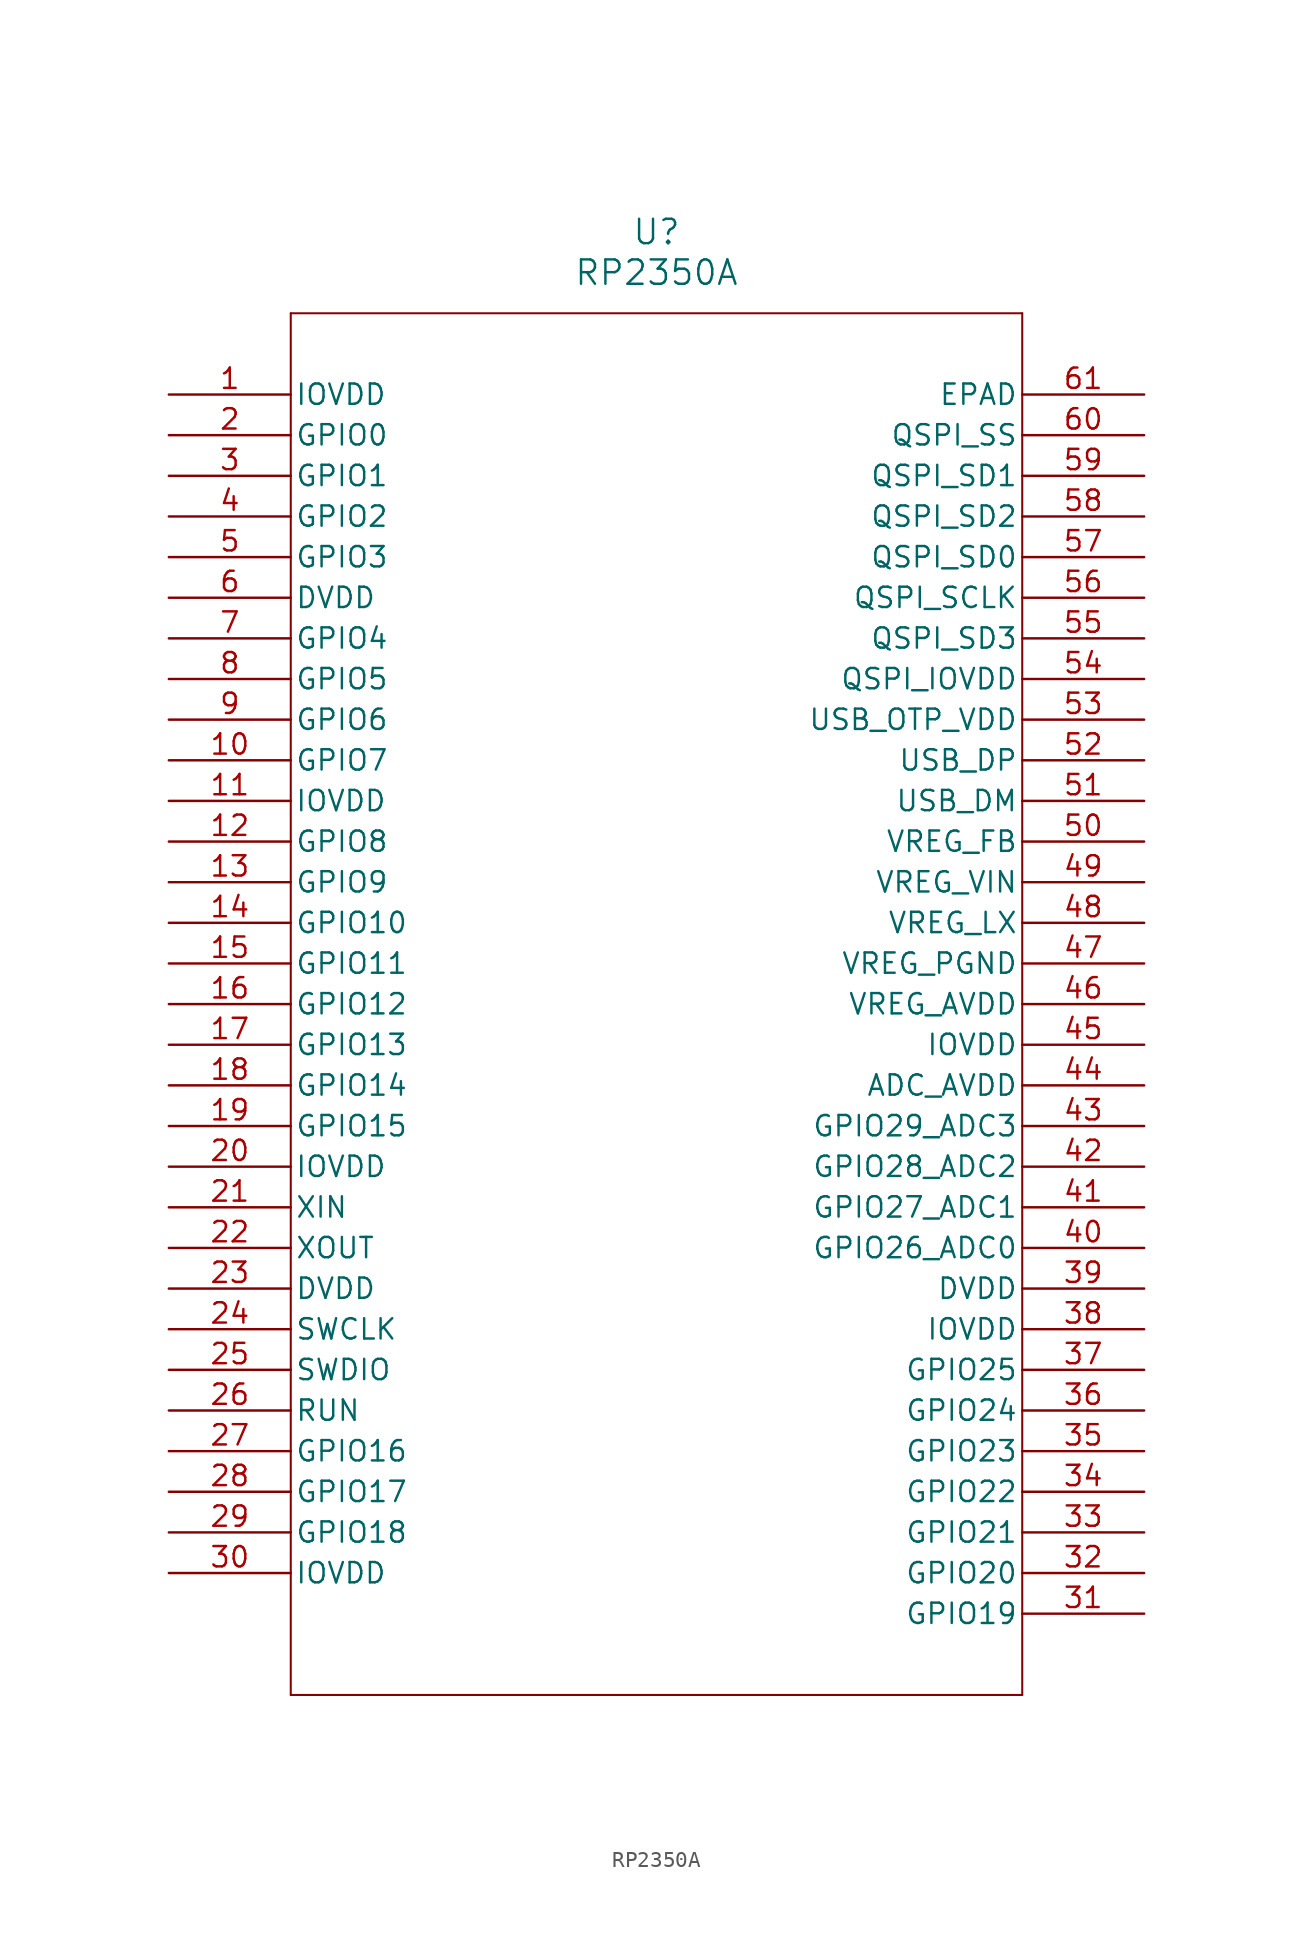
<source format=kicad_sym>
(kicad_symbol_lib
  (version 20211014)
  (generator kicad_symbol_editor)
  (symbol "RP2350A"
    (pin_names
      (offset 0.254))
    (property "Reference" "U"
      (at 30.48 10.16 0)
      (effects (font (size 1.524 1.524))))
    (property "Value" "RP2350A"
      (at 30.48 7.62 0)
      (effects (font (size 1.524 1.524))))
    (symbol "RP2350A_0_1"
      (polyline (pts (xy 7.62 5.08) (xy 7.62 -81.28)) (stroke (width 0.127) (type default) (color 0 0 0 0)) (fill (type none)))
      (polyline (pts (xy 7.62 -81.28) (xy 53.34 -81.28)) (stroke (width 0.127) (type default) (color 0 0 0 0)) (fill (type none)))
      (polyline (pts (xy 53.34 -81.28) (xy 53.34 5.08)) (stroke (width 0.127) (type default) (color 0 0 0 0)) (fill (type none)))
      (polyline (pts (xy 53.34 5.08) (xy 7.62 5.08)) (stroke (width 0.127) (type default) (color 0 0 0 0)) (fill (type none)))
      (pin power_in line (at 0 0 0) (length 7.62) (name "IOVDD" (effects (font (size 1.27 1.27)))) (number "1" (effects (font (size 1.27 1.27)))))
      (pin bidirectional line (at 0 -2.54 0) (length 7.62) (name "GPIO0" (effects (font (size 1.27 1.27)))) (number "2" (effects (font (size 1.27 1.27)))))
      (pin bidirectional line (at 0 -5.08 0) (length 7.62) (name "GPIO1" (effects (font (size 1.27 1.27)))) (number "3" (effects (font (size 1.27 1.27)))))
      (pin bidirectional line (at 0 -7.62 0) (length 7.62) (name "GPIO2" (effects (font (size 1.27 1.27)))) (number "4" (effects (font (size 1.27 1.27)))))
      (pin bidirectional line (at 0 -10.16 0) (length 7.62) (name "GPIO3" (effects (font (size 1.27 1.27)))) (number "5" (effects (font (size 1.27 1.27)))))
      (pin power_in line (at 0 -12.7 0) (length 7.62) (name "DVDD" (effects (font (size 1.27 1.27)))) (number "6" (effects (font (size 1.27 1.27)))))
      (pin bidirectional line (at 0 -15.24 0) (length 7.62) (name "GPIO4" (effects (font (size 1.27 1.27)))) (number "7" (effects (font (size 1.27 1.27)))))
      (pin bidirectional line (at 0 -17.78 0) (length 7.62) (name "GPIO5" (effects (font (size 1.27 1.27)))) (number "8" (effects (font (size 1.27 1.27)))))
      (pin bidirectional line (at 0 -20.32 0) (length 7.62) (name "GPIO6" (effects (font (size 1.27 1.27)))) (number "9" (effects (font (size 1.27 1.27)))))
      (pin bidirectional line (at 0 -22.86 0) (length 7.62) (name "GPIO7" (effects (font (size 1.27 1.27)))) (number "10" (effects (font (size 1.27 1.27)))))
      (pin power_in line (at 0 -25.4 0) (length 7.62) (name "IOVDD" (effects (font (size 1.27 1.27)))) (number "11" (effects (font (size 1.27 1.27)))))
      (pin bidirectional line (at 0 -27.94 0) (length 7.62) (name "GPIO8" (effects (font (size 1.27 1.27)))) (number "12" (effects (font (size 1.27 1.27)))))
      (pin bidirectional line (at 0 -30.48 0) (length 7.62) (name "GPIO9" (effects (font (size 1.27 1.27)))) (number "13" (effects (font (size 1.27 1.27)))))
      (pin bidirectional line (at 0 -33.02 0) (length 7.62) (name "GPIO10" (effects (font (size 1.27 1.27)))) (number "14" (effects (font (size 1.27 1.27)))))
      (pin bidirectional line (at 0 -35.56 0) (length 7.62) (name "GPIO11" (effects (font (size 1.27 1.27)))) (number "15" (effects (font (size 1.27 1.27)))))
      (pin bidirectional line (at 0 -38.1 0) (length 7.62) (name "GPIO12" (effects (font (size 1.27 1.27)))) (number "16" (effects (font (size 1.27 1.27)))))
      (pin bidirectional line (at 0 -40.64 0) (length 7.62) (name "GPIO13" (effects (font (size 1.27 1.27)))) (number "17" (effects (font (size 1.27 1.27)))))
      (pin bidirectional line (at 0 -43.18 0) (length 7.62) (name "GPIO14" (effects (font (size 1.27 1.27)))) (number "18" (effects (font (size 1.27 1.27)))))
      (pin bidirectional line (at 0 -45.72 0) (length 7.62) (name "GPIO15" (effects (font (size 1.27 1.27)))) (number "19" (effects (font (size 1.27 1.27)))))
      (pin power_in line (at 0 -48.26 0) (length 7.62) (name "IOVDD" (effects (font (size 1.27 1.27)))) (number "20" (effects (font (size 1.27 1.27)))))
      (pin unspecified line (at 0 -50.8 0) (length 7.62) (name "XIN" (effects (font (size 1.27 1.27)))) (number "21" (effects (font (size 1.27 1.27)))))
      (pin output line (at 0 -53.34 0) (length 7.62) (name "XOUT" (effects (font (size 1.27 1.27)))) (number "22" (effects (font (size 1.27 1.27)))))
      (pin power_in line (at 0 -55.88 0) (length 7.62) (name "DVDD" (effects (font (size 1.27 1.27)))) (number "23" (effects (font (size 1.27 1.27)))))
      (pin unspecified line (at 0 -58.42 0) (length 7.62) (name "SWCLK" (effects (font (size 1.27 1.27)))) (number "24" (effects (font (size 1.27 1.27)))))
      (pin unspecified line (at 0 -60.96 0) (length 7.62) (name "SWDIO" (effects (font (size 1.27 1.27)))) (number "25" (effects (font (size 1.27 1.27)))))
      (pin unspecified line (at 0 -63.5 0) (length 7.62) (name "RUN" (effects (font (size 1.27 1.27)))) (number "26" (effects (font (size 1.27 1.27)))))
      (pin bidirectional line (at 0 -66.04 0) (length 7.62) (name "GPIO16" (effects (font (size 1.27 1.27)))) (number "27" (effects (font (size 1.27 1.27)))))
      (pin bidirectional line (at 0 -68.58 0) (length 7.62) (name "GPIO17" (effects (font (size 1.27 1.27)))) (number "28" (effects (font (size 1.27 1.27)))))
      (pin bidirectional line (at 0 -71.12 0) (length 7.62) (name "GPIO18" (effects (font (size 1.27 1.27)))) (number "29" (effects (font (size 1.27 1.27)))))
      (pin power_in line (at 0 -73.66 0) (length 7.62) (name "IOVDD" (effects (font (size 1.27 1.27)))) (number "30" (effects (font (size 1.27 1.27)))))
      (pin bidirectional line (at 60.96 -76.2 180) (length 7.62) (name "GPIO19" (effects (font (size 1.27 1.27)))) (number "31" (effects (font (size 1.27 1.27)))))
      (pin bidirectional line (at 60.96 -73.66 180) (length 7.62) (name "GPIO20" (effects (font (size 1.27 1.27)))) (number "32" (effects (font (size 1.27 1.27)))))
      (pin bidirectional line (at 60.96 -71.12 180) (length 7.62) (name "GPIO21" (effects (font (size 1.27 1.27)))) (number "33" (effects (font (size 1.27 1.27)))))
      (pin bidirectional line (at 60.96 -68.58 180) (length 7.62) (name "GPIO22" (effects (font (size 1.27 1.27)))) (number "34" (effects (font (size 1.27 1.27)))))
      (pin bidirectional line (at 60.96 -66.04 180) (length 7.62) (name "GPIO23" (effects (font (size 1.27 1.27)))) (number "35" (effects (font (size 1.27 1.27)))))
      (pin bidirectional line (at 60.96 -63.5 180) (length 7.62) (name "GPIO24" (effects (font (size 1.27 1.27)))) (number "36" (effects (font (size 1.27 1.27)))))
      (pin bidirectional line (at 60.96 -60.96 180) (length 7.62) (name "GPIO25" (effects (font (size 1.27 1.27)))) (number "37" (effects (font (size 1.27 1.27)))))
      (pin power_in line (at 60.96 -58.42 180) (length 7.62) (name "IOVDD" (effects (font (size 1.27 1.27)))) (number "38" (effects (font (size 1.27 1.27)))))
      (pin power_in line (at 60.96 -55.88 180) (length 7.62) (name "DVDD" (effects (font (size 1.27 1.27)))) (number "39" (effects (font (size 1.27 1.27)))))
      (pin bidirectional line (at 60.96 -53.34 180) (length 7.62) (name "GPIO26_ADC0" (effects (font (size 1.27 1.27)))) (number "40" (effects (font (size 1.27 1.27)))))
      (pin bidirectional line (at 60.96 -50.8 180) (length 7.62) (name "GPIO27_ADC1" (effects (font (size 1.27 1.27)))) (number "41" (effects (font (size 1.27 1.27)))))
      (pin bidirectional line (at 60.96 -48.26 180) (length 7.62) (name "GPIO28_ADC2" (effects (font (size 1.27 1.27)))) (number "42" (effects (font (size 1.27 1.27)))))
      (pin bidirectional line (at 60.96 -45.72 180) (length 7.62) (name "GPIO29_ADC3" (effects (font (size 1.27 1.27)))) (number "43" (effects (font (size 1.27 1.27)))))
      (pin power_in line (at 60.96 -43.18 180) (length 7.62) (name "ADC_AVDD" (effects (font (size 1.27 1.27)))) (number "44" (effects (font (size 1.27 1.27)))))
      (pin power_in line (at 60.96 -40.64 180) (length 7.62) (name "IOVDD" (effects (font (size 1.27 1.27)))) (number "45" (effects (font (size 1.27 1.27)))))
      (pin power_in line (at 60.96 -38.1 180) (length 7.62) (name "VREG_AVDD" (effects (font (size 1.27 1.27)))) (number "46" (effects (font (size 1.27 1.27)))))
      (pin power_out line (at 60.96 -35.56 180) (length 7.62) (name "VREG_PGND" (effects (font (size 1.27 1.27)))) (number "47" (effects (font (size 1.27 1.27)))))
      (pin unspecified line (at 60.96 -33.02 180) (length 7.62) (name "VREG_LX" (effects (font (size 1.27 1.27)))) (number "48" (effects (font (size 1.27 1.27)))))
      (pin unspecified line (at 60.96 -30.48 180) (length 7.62) (name "VREG_VIN" (effects (font (size 1.27 1.27)))) (number "49" (effects (font (size 1.27 1.27)))))
      (pin unspecified line (at 60.96 -27.94 180) (length 7.62) (name "VREG_FB" (effects (font (size 1.27 1.27)))) (number "50" (effects (font (size 1.27 1.27)))))
      (pin unspecified line (at 60.96 -25.4 180) (length 7.62) (name "USB_DM" (effects (font (size 1.27 1.27)))) (number "51" (effects (font (size 1.27 1.27)))))
      (pin unspecified line (at 60.96 -22.86 180) (length 7.62) (name "USB_DP" (effects (font (size 1.27 1.27)))) (number "52" (effects (font (size 1.27 1.27)))))
      (pin power_in line (at 60.96 -20.32 180) (length 7.62) (name "USB_OTP_VDD" (effects (font (size 1.27 1.27)))) (number "53" (effects (font (size 1.27 1.27)))))
      (pin power_in line (at 60.96 -17.78 180) (length 7.62) (name "QSPI_IOVDD" (effects (font (size 1.27 1.27)))) (number "54" (effects (font (size 1.27 1.27)))))
      (pin bidirectional line (at 60.96 -15.24 180) (length 7.62) (name "QSPI_SD3" (effects (font (size 1.27 1.27)))) (number "55" (effects (font (size 1.27 1.27)))))
      (pin unspecified line (at 60.96 -12.7 180) (length 7.62) (name "QSPI_SCLK" (effects (font (size 1.27 1.27)))) (number "56" (effects (font (size 1.27 1.27)))))
      (pin bidirectional line (at 60.96 -10.16 180) (length 7.62) (name "QSPI_SD0" (effects (font (size 1.27 1.27)))) (number "57" (effects (font (size 1.27 1.27)))))
      (pin bidirectional line (at 60.96 -7.62 180) (length 7.62) (name "QSPI_SD2" (effects (font (size 1.27 1.27)))) (number "58" (effects (font (size 1.27 1.27)))))
      (pin bidirectional line (at 60.96 -5.08 180) (length 7.62) (name "QSPI_SD1" (effects (font (size 1.27 1.27)))) (number "59" (effects (font (size 1.27 1.27)))))
      (pin unspecified line (at 60.96 -2.54 180) (length 7.62) (name "QSPI_SS" (effects (font (size 1.27 1.27)))) (number "60" (effects (font (size 1.27 1.27)))))
      (pin power_out line (at 60.96 0 180) (length 7.62) (name "EPAD" (effects (font (size 1.27 1.27)))) (number "61" (effects (font (size 1.27 1.27))))))))
</source>
